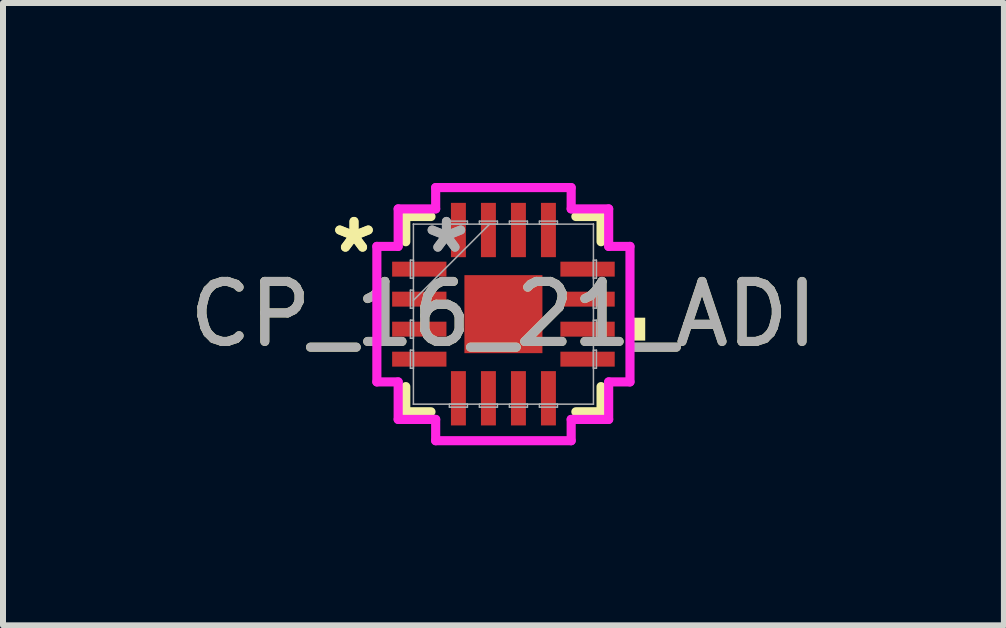
<source format=kicad_pcb>
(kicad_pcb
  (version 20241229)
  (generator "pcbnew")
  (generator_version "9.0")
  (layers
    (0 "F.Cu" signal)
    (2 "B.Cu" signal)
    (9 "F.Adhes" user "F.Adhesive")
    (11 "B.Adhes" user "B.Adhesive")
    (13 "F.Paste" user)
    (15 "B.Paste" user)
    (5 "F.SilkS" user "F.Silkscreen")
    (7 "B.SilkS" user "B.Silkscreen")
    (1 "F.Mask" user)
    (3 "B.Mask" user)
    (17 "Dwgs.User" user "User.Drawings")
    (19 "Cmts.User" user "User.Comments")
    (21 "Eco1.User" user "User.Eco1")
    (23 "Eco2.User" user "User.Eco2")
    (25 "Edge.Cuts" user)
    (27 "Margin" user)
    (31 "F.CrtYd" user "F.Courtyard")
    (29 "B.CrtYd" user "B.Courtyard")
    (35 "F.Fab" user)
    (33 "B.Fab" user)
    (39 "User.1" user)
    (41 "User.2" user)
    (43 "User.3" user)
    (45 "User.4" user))
  (footprint "CP_16_21_ADI"
    (layer "F.Cu")
    (at 5.339 2.185)
    (property "Reference" "CP_16_21_ADI" (at 0 0 0) (unlocked yes) (layer "F.SilkS") (effects (font (size 1 1) (thickness 0.15))))
    (attr smd)
    (fp_line (start -1.627 -1.627) (end -1.627 -1.207) (stroke (width 0.152) (type solid)) (layer "F.SilkS"))
    (fp_line (start -1.627 1.207) (end -1.627 1.627) (stroke (width 0.152) (type solid)) (layer "F.SilkS"))
    (fp_line (start -1.627 1.627) (end -1.207 1.627) (stroke (width 0.152) (type solid)) (layer "F.SilkS"))
    (fp_line (start -1.207 -1.627) (end -1.627 -1.627) (stroke (width 0.152) (type solid)) (layer "F.SilkS"))
    (fp_line (start 1.207 1.627) (end 1.627 1.627) (stroke (width 0.152) (type solid)) (layer "F.SilkS"))
    (fp_line (start 1.627 -1.627) (end 1.207 -1.627) (stroke (width 0.152) (type solid)) (layer "F.SilkS"))
    (fp_line (start 1.627 -1.207) (end 1.627 -1.627) (stroke (width 0.152) (type solid)) (layer "F.SilkS"))
    (fp_line (start 1.627 1.627) (end 1.627 1.207) (stroke (width 0.152) (type solid)) (layer "F.SilkS"))
    (fp_poly (pts (xy 2.363 0.059) (xy 2.363 0.441) (xy 2.109 0.441) (xy 2.109 0.059)) (stroke (width 0) (type solid)) (fill yes) (layer "F.SilkS"))
    (fp_line (start -2.109 -1.129) (end -1.754 -1.129) (stroke (width 0.152) (type solid)) (layer "F.CrtYd"))
    (fp_line (start -2.109 1.129) (end -2.109 -1.129) (stroke (width 0.152) (type solid)) (layer "F.CrtYd"))
    (fp_line (start -1.754 -1.754) (end -1.129 -1.754) (stroke (width 0.152) (type solid)) (layer "F.CrtYd"))
    (fp_line (start -1.754 -1.129) (end -1.754 -1.754) (stroke (width 0.152) (type solid)) (layer "F.CrtYd"))
    (fp_line (start -1.754 1.129) (end -2.109 1.129) (stroke (width 0.152) (type solid)) (layer "F.CrtYd"))
    (fp_line (start -1.754 1.754) (end -1.754 1.129) (stroke (width 0.152) (type solid)) (layer "F.CrtYd"))
    (fp_line (start -1.129 -2.109) (end 1.129 -2.109) (stroke (width 0.152) (type solid)) (layer "F.CrtYd"))
    (fp_line (start -1.129 -1.754) (end -1.129 -2.109) (stroke (width 0.152) (type solid)) (layer "F.CrtYd"))
    (fp_line (start -1.129 1.754) (end -1.754 1.754) (stroke (width 0.152) (type solid)) (layer "F.CrtYd"))
    (fp_line (start -1.129 2.109) (end -1.129 1.754) (stroke (width 0.152) (type solid)) (layer "F.CrtYd"))
    (fp_line (start 1.129 -2.109) (end 1.129 -1.754) (stroke (width 0.152) (type solid)) (layer "F.CrtYd"))
    (fp_line (start 1.129 -1.754) (end 1.754 -1.754) (stroke (width 0.152) (type solid)) (layer "F.CrtYd"))
    (fp_line (start 1.129 1.754) (end 1.129 2.109) (stroke (width 0.152) (type solid)) (layer "F.CrtYd"))
    (fp_line (start 1.129 2.109) (end -1.129 2.109) (stroke (width 0.152) (type solid)) (layer "F.CrtYd"))
    (fp_line (start 1.754 -1.754) (end 1.754 -1.129) (stroke (width 0.152) (type solid)) (layer "F.CrtYd"))
    (fp_line (start 1.754 -1.129) (end 2.109 -1.129) (stroke (width 0.152) (type solid)) (layer "F.CrtYd"))
    (fp_line (start 1.754 1.129) (end 1.754 1.754) (stroke (width 0.152) (type solid)) (layer "F.CrtYd"))
    (fp_line (start 1.754 1.754) (end 1.129 1.754) (stroke (width 0.152) (type solid)) (layer "F.CrtYd"))
    (fp_line (start 2.109 -1.129) (end 2.109 1.129) (stroke (width 0.152) (type solid)) (layer "F.CrtYd"))
    (fp_line (start 2.109 1.129) (end 1.754 1.129) (stroke (width 0.152) (type solid)) (layer "F.CrtYd"))
    (fp_line (start -1.55 -0.9) (end -1.55 -0.6) (stroke (width 0.025) (type solid)) (layer "F.Fab"))
    (fp_line (start -1.55 -0.6) (end -1.5 -0.6) (stroke (width 0.025) (type solid)) (layer "F.Fab"))
    (fp_line (start -1.55 -0.4) (end -1.55 -0.1) (stroke (width 0.025) (type solid)) (layer "F.Fab"))
    (fp_line (start -1.55 -0.1) (end -1.5 -0.1) (stroke (width 0.025) (type solid)) (layer "F.Fab"))
    (fp_line (start -1.55 0.1) (end -1.55 0.4) (stroke (width 0.025) (type solid)) (layer "F.Fab"))
    (fp_line (start -1.55 0.4) (end -1.5 0.4) (stroke (width 0.025) (type solid)) (layer "F.Fab"))
    (fp_line (start -1.55 0.6) (end -1.55 0.9) (stroke (width 0.025) (type solid)) (layer "F.Fab"))
    (fp_line (start -1.55 0.9) (end -1.5 0.9) (stroke (width 0.025) (type solid)) (layer "F.Fab"))
    (fp_line (start -1.5 -1.5) (end -1.5 -1.5) (stroke (width 0.025) (type solid)) (layer "F.Fab"))
    (fp_line (start -1.5 -1.5) (end -1.5 1.5) (stroke (width 0.025) (type solid)) (layer "F.Fab"))
    (fp_line (start -1.5 -0.9) (end -1.55 -0.9) (stroke (width 0.025) (type solid)) (layer "F.Fab"))
    (fp_line (start -1.5 -0.6) (end -1.5 -0.9) (stroke (width 0.025) (type solid)) (layer "F.Fab"))
    (fp_line (start -1.5 -0.4) (end -1.55 -0.4) (stroke (width 0.025) (type solid)) (layer "F.Fab"))
    (fp_line (start -1.5 -0.23) (end -0.23 -1.5) (stroke (width 0.025) (type solid)) (layer "F.Fab"))
    (fp_line (start -1.5 -0.1) (end -1.5 -0.4) (stroke (width 0.025) (type solid)) (layer "F.Fab"))
    (fp_line (start -1.5 0.1) (end -1.55 0.1) (stroke (width 0.025) (type solid)) (layer "F.Fab"))
    (fp_line (start -1.5 0.4) (end -1.5 0.1) (stroke (width 0.025) (type solid)) (layer "F.Fab"))
    (fp_line (start -1.5 0.6) (end -1.55 0.6) (stroke (width 0.025) (type solid)) (layer "F.Fab"))
    (fp_line (start -1.5 0.9) (end -1.5 0.6) (stroke (width 0.025) (type solid)) (layer "F.Fab"))
    (fp_line (start -1.5 1.5) (end -1.5 1.5) (stroke (width 0.025) (type solid)) (layer "F.Fab"))
    (fp_line (start -1.5 1.5) (end 1.5 1.5) (stroke (width 0.025) (type solid)) (layer "F.Fab"))
    (fp_line (start -0.9 -1.55) (end -0.9 -1.5) (stroke (width 0.025) (type solid)) (layer "F.Fab"))
    (fp_line (start -0.9 -1.5) (end -0.6 -1.5) (stroke (width 0.025) (type solid)) (layer "F.Fab"))
    (fp_line (start -0.9 1.5) (end -0.9 1.55) (stroke (width 0.025) (type solid)) (layer "F.Fab"))
    (fp_line (start -0.9 1.55) (end -0.6 1.55) (stroke (width 0.025) (type solid)) (layer "F.Fab"))
    (fp_line (start -0.6 -1.55) (end -0.9 -1.55) (stroke (width 0.025) (type solid)) (layer "F.Fab"))
    (fp_line (start -0.6 -1.5) (end -0.6 -1.55) (stroke (width 0.025) (type solid)) (layer "F.Fab"))
    (fp_line (start -0.6 1.5) (end -0.9 1.5) (stroke (width 0.025) (type solid)) (layer "F.Fab"))
    (fp_line (start -0.6 1.55) (end -0.6 1.5) (stroke (width 0.025) (type solid)) (layer "F.Fab"))
    (fp_line (start -0.4 -1.55) (end -0.4 -1.5) (stroke (width 0.025) (type solid)) (layer "F.Fab"))
    (fp_line (start -0.4 -1.5) (end -0.1 -1.5) (stroke (width 0.025) (type solid)) (layer "F.Fab"))
    (fp_line (start -0.4 1.5) (end -0.4 1.55) (stroke (width 0.025) (type solid)) (layer "F.Fab"))
    (fp_line (start -0.4 1.55) (end -0.1 1.55) (stroke (width 0.025) (type solid)) (layer "F.Fab"))
    (fp_line (start -0.1 -1.55) (end -0.4 -1.55) (stroke (width 0.025) (type solid)) (layer "F.Fab"))
    (fp_line (start -0.1 -1.5) (end -0.1 -1.55) (stroke (width 0.025) (type solid)) (layer "F.Fab"))
    (fp_line (start -0.1 1.5) (end -0.4 1.5) (stroke (width 0.025) (type solid)) (layer "F.Fab"))
    (fp_line (start -0.1 1.55) (end -0.1 1.5) (stroke (width 0.025) (type solid)) (layer "F.Fab"))
    (fp_line (start 0.1 -1.55) (end 0.1 -1.5) (stroke (width 0.025) (type solid)) (layer "F.Fab"))
    (fp_line (start 0.1 -1.5) (end 0.4 -1.5) (stroke (width 0.025) (type solid)) (layer "F.Fab"))
    (fp_line (start 0.1 1.5) (end 0.1 1.55) (stroke (width 0.025) (type solid)) (layer "F.Fab"))
    (fp_line (start 0.1 1.55) (end 0.4 1.55) (stroke (width 0.025) (type solid)) (layer "F.Fab"))
    (fp_line (start 0.4 -1.55) (end 0.1 -1.55) (stroke (width 0.025) (type solid)) (layer "F.Fab"))
    (fp_line (start 0.4 -1.5) (end 0.4 -1.55) (stroke (width 0.025) (type solid)) (layer "F.Fab"))
    (fp_line (start 0.4 1.5) (end 0.1 1.5) (stroke (width 0.025) (type solid)) (layer "F.Fab"))
    (fp_line (start 0.4 1.55) (end 0.4 1.5) (stroke (width 0.025) (type solid)) (layer "F.Fab"))
    (fp_line (start 0.6 -1.55) (end 0.6 -1.5) (stroke (width 0.025) (type solid)) (layer "F.Fab"))
    (fp_line (start 0.6 -1.5) (end 0.9 -1.5) (stroke (width 0.025) (type solid)) (layer "F.Fab"))
    (fp_line (start 0.6 1.5) (end 0.6 1.55) (stroke (width 0.025) (type solid)) (layer "F.Fab"))
    (fp_line (start 0.6 1.55) (end 0.9 1.55) (stroke (width 0.025) (type solid)) (layer "F.Fab"))
    (fp_line (start 0.9 -1.55) (end 0.6 -1.55) (stroke (width 0.025) (type solid)) (layer "F.Fab"))
    (fp_line (start 0.9 -1.5) (end 0.9 -1.55) (stroke (width 0.025) (type solid)) (layer "F.Fab"))
    (fp_line (start 0.9 1.5) (end 0.6 1.5) (stroke (width 0.025) (type solid)) (layer "F.Fab"))
    (fp_line (start 0.9 1.55) (end 0.9 1.5) (stroke (width 0.025) (type solid)) (layer "F.Fab"))
    (fp_line (start 1.5 -1.5) (end -1.5 -1.5) (stroke (width 0.025) (type solid)) (layer "F.Fab"))
    (fp_line (start 1.5 -1.5) (end 1.5 -1.5) (stroke (width 0.025) (type solid)) (layer "F.Fab"))
    (fp_line (start 1.5 -0.9) (end 1.5 -0.6) (stroke (width 0.025) (type solid)) (layer "F.Fab"))
    (fp_line (start 1.5 -0.6) (end 1.55 -0.6) (stroke (width 0.025) (type solid)) (layer "F.Fab"))
    (fp_line (start 1.5 -0.4) (end 1.5 -0.1) (stroke (width 0.025) (type solid)) (layer "F.Fab"))
    (fp_line (start 1.5 -0.1) (end 1.55 -0.1) (stroke (width 0.025) (type solid)) (layer "F.Fab"))
    (fp_line (start 1.5 0.1) (end 1.5 0.4) (stroke (width 0.025) (type solid)) (layer "F.Fab"))
    (fp_line (start 1.5 0.4) (end 1.55 0.4) (stroke (width 0.025) (type solid)) (layer "F.Fab"))
    (fp_line (start 1.5 0.6) (end 1.5 0.9) (stroke (width 0.025) (type solid)) (layer "F.Fab"))
    (fp_line (start 1.5 0.9) (end 1.55 0.9) (stroke (width 0.025) (type solid)) (layer "F.Fab"))
    (fp_line (start 1.5 1.5) (end 1.5 -1.5) (stroke (width 0.025) (type solid)) (layer "F.Fab"))
    (fp_line (start 1.5 1.5) (end 1.5 1.5) (stroke (width 0.025) (type solid)) (layer "F.Fab"))
    (fp_line (start 1.55 -0.9) (end 1.5 -0.9) (stroke (width 0.025) (type solid)) (layer "F.Fab"))
    (fp_line (start 1.55 -0.6) (end 1.55 -0.9) (stroke (width 0.025) (type solid)) (layer "F.Fab"))
    (fp_line (start 1.55 -0.4) (end 1.5 -0.4) (stroke (width 0.025) (type solid)) (layer "F.Fab"))
    (fp_line (start 1.55 -0.1) (end 1.55 -0.4) (stroke (width 0.025) (type solid)) (layer "F.Fab"))
    (fp_line (start 1.55 0.1) (end 1.5 0.1) (stroke (width 0.025) (type solid)) (layer "F.Fab"))
    (fp_line (start 1.55 0.4) (end 1.55 0.1) (stroke (width 0.025) (type solid)) (layer "F.Fab"))
    (fp_line (start 1.55 0.6) (end 1.5 0.6) (stroke (width 0.025) (type solid)) (layer "F.Fab"))
    (fp_line (start 1.55 0.9) (end 1.55 0.6) (stroke (width 0.025) (type solid)) (layer "F.Fab"))
    (fp_text user "*" (at -2.49 -1 0) (layer "F.SilkS") (effects (font (size 1 1) (thickness 0.15))))
    (fp_text user "*" (at -2.49 -1 0) (unlocked yes) (layer "F.SilkS") (effects (font (size 1 1) (thickness 0.15))))
    (fp_text user "*" (at -0.95 -1 0) (layer "F.Fab") (effects (font (size 1 1) (thickness 0.15))))
    (fp_text user "*" (at -0.95 -1 0) (unlocked yes) (layer "F.Fab") (effects (font (size 1 1) (thickness 0.15))))
    (fp_text user "${REFERENCE}" (at 0 0 0) (unlocked yes) (layer "F.Fab") (effects (font (size 1 1) (thickness 0.15))))
    (pad "1" smd rect (at -1.402 -0.75 90) (size 0.249 0.905) (layers "F.Cu" "F.Mask" "F.Paste"))
    (pad "2" smd rect (at -1.402 -0.25 90) (size 0.249 0.905) (layers "F.Cu" "F.Mask" "F.Paste"))
    (pad "3" smd rect (at -1.402 0.25 90) (size 0.249 0.905) (layers "F.Cu" "F.Mask" "F.Paste"))
    (pad "4" smd rect (at -1.402 0.75 90) (size 0.249 0.905) (layers "F.Cu" "F.Mask" "F.Paste"))
    (pad "5" smd rect (at -0.75 1.402) (size 0.249 0.905) (layers "F.Cu" "F.Mask" "F.Paste"))
    (pad "6" smd rect (at -0.25 1.402) (size 0.249 0.905) (layers "F.Cu" "F.Mask" "F.Paste"))
    (pad "7" smd rect (at 0.25 1.402) (size 0.249 0.905) (layers "F.Cu" "F.Mask" "F.Paste"))
    (pad "8" smd rect (at 0.75 1.402) (size 0.249 0.905) (layers "F.Cu" "F.Mask" "F.Paste"))
    (pad "9" smd rect (at 1.402 0.75 90) (size 0.249 0.905) (layers "F.Cu" "F.Mask" "F.Paste"))
    (pad "10" smd rect (at 1.402 0.25 90) (size 0.249 0.905) (layers "F.Cu" "F.Mask" "F.Paste"))
    (pad "11" smd rect (at 1.402 -0.25 90) (size 0.249 0.905) (layers "F.Cu" "F.Mask" "F.Paste"))
    (pad "12" smd rect (at 1.402 -0.75 90) (size 0.249 0.905) (layers "F.Cu" "F.Mask" "F.Paste"))
    (pad "13" smd rect (at 0.75 -1.402) (size 0.249 0.905) (layers "F.Cu" "F.Mask" "F.Paste"))
    (pad "14" smd rect (at 0.25 -1.402) (size 0.249 0.905) (layers "F.Cu" "F.Mask" "F.Paste"))
    (pad "15" smd rect (at -0.25 -1.402) (size 0.249 0.905) (layers "F.Cu" "F.Mask" "F.Paste"))
    (pad "16" smd rect (at -0.75 -1.402) (size 0.249 0.905) (layers "F.Cu" "F.Mask" "F.Paste"))
    (pad "17" smd rect (at 0 0) (size 1.3 1.3) (layers "F.Cu" "F.Mask" "F.Paste")))
  (gr_rect
    (start -3 -3)
    (end 13.679 7.37)
    (stroke (width 0.1) (type default))
    (fill no)
    (layer "Edge.Cuts")))
</source>
